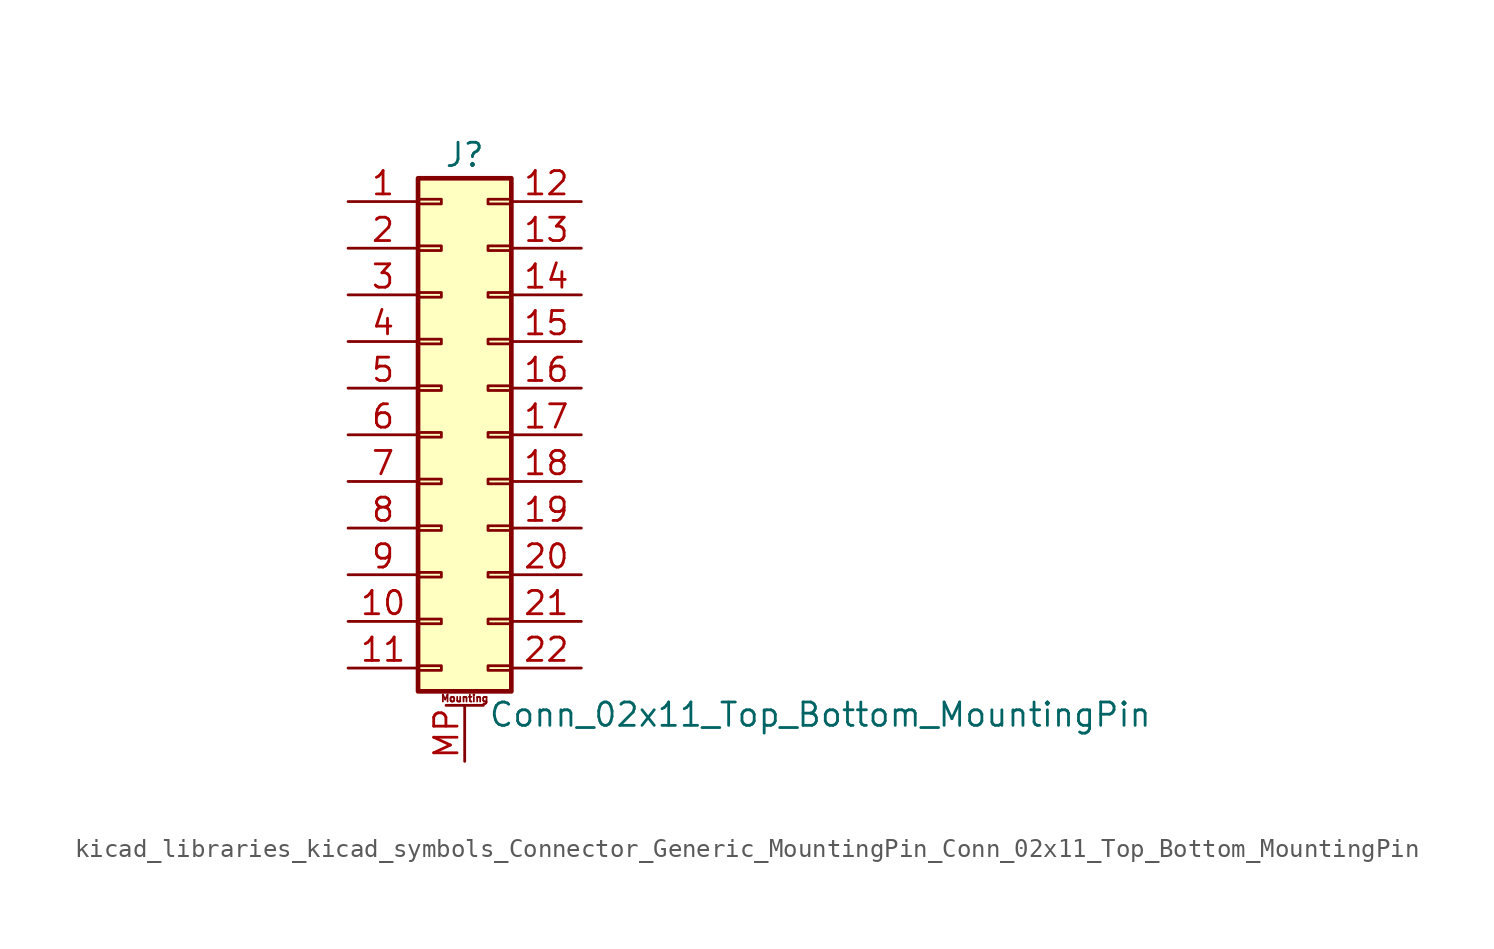
<source format=kicad_sym>
(kicad_symbol_lib
  (version 20220914)
  (generator kicad_symbol_editor)
  (symbol "kicad_libraries_kicad_symbols_Connector_Generic_MountingPin_Conn_02x11_Top_Bottom_MountingPin"
    (pin_names
      (offset 1.016) hide)
    (property "Reference" "J"
      (at 1.27 15.24 0)
      (effects (font (size 1.27 1.27))))
    (property "Value" "Conn_02x11_Top_Bottom_MountingPin"
      (at 2.54 -15.24 0)
      (effects (font (size 1.27 1.27)) (justify left)))
    (symbol "kicad_libraries_kicad_symbols_Connector_Generic_MountingPin_Conn_02x11_Top_Bottom_MountingPin_1_1"
      (rectangle (start -1.27 -12.573) (end 0 -12.827) (stroke (width 0.152) (type default)) (fill (type none)))
      (rectangle (start -1.27 -10.033) (end 0 -10.287) (stroke (width 0.152) (type default)) (fill (type none)))
      (rectangle (start -1.27 -7.493) (end 0 -7.747) (stroke (width 0.152) (type default)) (fill (type none)))
      (rectangle (start -1.27 -4.953) (end 0 -5.207) (stroke (width 0.152) (type default)) (fill (type none)))
      (rectangle (start -1.27 -2.413) (end 0 -2.667) (stroke (width 0.152) (type default)) (fill (type none)))
      (rectangle (start -1.27 0.127) (end 0 -0.127) (stroke (width 0.152) (type default)) (fill (type none)))
      (rectangle (start -1.27 2.667) (end 0 2.413) (stroke (width 0.152) (type default)) (fill (type none)))
      (rectangle (start -1.27 5.207) (end 0 4.953) (stroke (width 0.152) (type default)) (fill (type none)))
      (rectangle (start -1.27 7.747) (end 0 7.493) (stroke (width 0.152) (type default)) (fill (type none)))
      (rectangle (start -1.27 10.287) (end 0 10.033) (stroke (width 0.152) (type default)) (fill (type none)))
      (rectangle (start -1.27 12.827) (end 0 12.573) (stroke (width 0.152) (type default)) (fill (type none)))
      (rectangle (start -1.27 13.97) (end 3.81 -13.97) (stroke (width 0.254) (type default)) (fill (type background)))
      (polyline (pts (xy 0.254 -14.732) (xy 2.286 -14.732)) (stroke (width 0.152) (type default)) (fill (type none)))
      (rectangle (start 3.81 -12.573) (end 2.54 -12.827) (stroke (width 0.152) (type default)) (fill (type none)))
      (rectangle (start 3.81 -10.033) (end 2.54 -10.287) (stroke (width 0.152) (type default)) (fill (type none)))
      (rectangle (start 3.81 -7.493) (end 2.54 -7.747) (stroke (width 0.152) (type default)) (fill (type none)))
      (rectangle (start 3.81 -4.953) (end 2.54 -5.207) (stroke (width 0.152) (type default)) (fill (type none)))
      (rectangle (start 3.81 -2.413) (end 2.54 -2.667) (stroke (width 0.152) (type default)) (fill (type none)))
      (rectangle (start 3.81 0.127) (end 2.54 -0.127) (stroke (width 0.152) (type default)) (fill (type none)))
      (rectangle (start 3.81 2.667) (end 2.54 2.413) (stroke (width 0.152) (type default)) (fill (type none)))
      (rectangle (start 3.81 5.207) (end 2.54 4.953) (stroke (width 0.152) (type default)) (fill (type none)))
      (rectangle (start 3.81 7.747) (end 2.54 7.493) (stroke (width 0.152) (type default)) (fill (type none)))
      (rectangle (start 3.81 10.287) (end 2.54 10.033) (stroke (width 0.152) (type default)) (fill (type none)))
      (rectangle (start 3.81 12.827) (end 2.54 12.573) (stroke (width 0.152) (type default)) (fill (type none)))
      (text "Mounting" (at 1.27 -14.351 0) (effects (font (size 0.381 0.381))))
      (pin passive line (at -5.08 12.7 0) (length 3.81) (name "Pin_1" (effects (font (size 1.27 1.27)))) (number "1" (effects (font (size 1.27 1.27)))))
      (pin passive line (at -5.08 -10.16 0) (length 3.81) (name "Pin_10" (effects (font (size 1.27 1.27)))) (number "10" (effects (font (size 1.27 1.27)))))
      (pin passive line (at -5.08 -12.7 0) (length 3.81) (name "Pin_11" (effects (font (size 1.27 1.27)))) (number "11" (effects (font (size 1.27 1.27)))))
      (pin passive line (at 7.62 12.7 180) (length 3.81) (name "Pin_12" (effects (font (size 1.27 1.27)))) (number "12" (effects (font (size 1.27 1.27)))))
      (pin passive line (at 7.62 10.16 180) (length 3.81) (name "Pin_13" (effects (font (size 1.27 1.27)))) (number "13" (effects (font (size 1.27 1.27)))))
      (pin passive line (at 7.62 7.62 180) (length 3.81) (name "Pin_14" (effects (font (size 1.27 1.27)))) (number "14" (effects (font (size 1.27 1.27)))))
      (pin passive line (at 7.62 5.08 180) (length 3.81) (name "Pin_15" (effects (font (size 1.27 1.27)))) (number "15" (effects (font (size 1.27 1.27)))))
      (pin passive line (at 7.62 2.54 180) (length 3.81) (name "Pin_16" (effects (font (size 1.27 1.27)))) (number "16" (effects (font (size 1.27 1.27)))))
      (pin passive line (at 7.62 0 180) (length 3.81) (name "Pin_17" (effects (font (size 1.27 1.27)))) (number "17" (effects (font (size 1.27 1.27)))))
      (pin passive line (at 7.62 -2.54 180) (length 3.81) (name "Pin_18" (effects (font (size 1.27 1.27)))) (number "18" (effects (font (size 1.27 1.27)))))
      (pin passive line (at 7.62 -5.08 180) (length 3.81) (name "Pin_19" (effects (font (size 1.27 1.27)))) (number "19" (effects (font (size 1.27 1.27)))))
      (pin passive line (at -5.08 10.16 0) (length 3.81) (name "Pin_2" (effects (font (size 1.27 1.27)))) (number "2" (effects (font (size 1.27 1.27)))))
      (pin passive line (at 7.62 -7.62 180) (length 3.81) (name "Pin_20" (effects (font (size 1.27 1.27)))) (number "20" (effects (font (size 1.27 1.27)))))
      (pin passive line (at 7.62 -10.16 180) (length 3.81) (name "Pin_21" (effects (font (size 1.27 1.27)))) (number "21" (effects (font (size 1.27 1.27)))))
      (pin passive line (at 7.62 -12.7 180) (length 3.81) (name "Pin_22" (effects (font (size 1.27 1.27)))) (number "22" (effects (font (size 1.27 1.27)))))
      (pin passive line (at -5.08 7.62 0) (length 3.81) (name "Pin_3" (effects (font (size 1.27 1.27)))) (number "3" (effects (font (size 1.27 1.27)))))
      (pin passive line (at -5.08 5.08 0) (length 3.81) (name "Pin_4" (effects (font (size 1.27 1.27)))) (number "4" (effects (font (size 1.27 1.27)))))
      (pin passive line (at -5.08 2.54 0) (length 3.81) (name "Pin_5" (effects (font (size 1.27 1.27)))) (number "5" (effects (font (size 1.27 1.27)))))
      (pin passive line (at -5.08 0 0) (length 3.81) (name "Pin_6" (effects (font (size 1.27 1.27)))) (number "6" (effects (font (size 1.27 1.27)))))
      (pin passive line (at -5.08 -2.54 0) (length 3.81) (name "Pin_7" (effects (font (size 1.27 1.27)))) (number "7" (effects (font (size 1.27 1.27)))))
      (pin passive line (at -5.08 -5.08 0) (length 3.81) (name "Pin_8" (effects (font (size 1.27 1.27)))) (number "8" (effects (font (size 1.27 1.27)))))
      (pin passive line (at -5.08 -7.62 0) (length 3.81) (name "Pin_9" (effects (font (size 1.27 1.27)))) (number "9" (effects (font (size 1.27 1.27)))))
      (pin passive line (at 1.27 -17.78 90) (length 3.048) (name "MountPin" (effects (font (size 1.27 1.27)))) (number "MP" (effects (font (size 1.27 1.27))))))))
</source>
